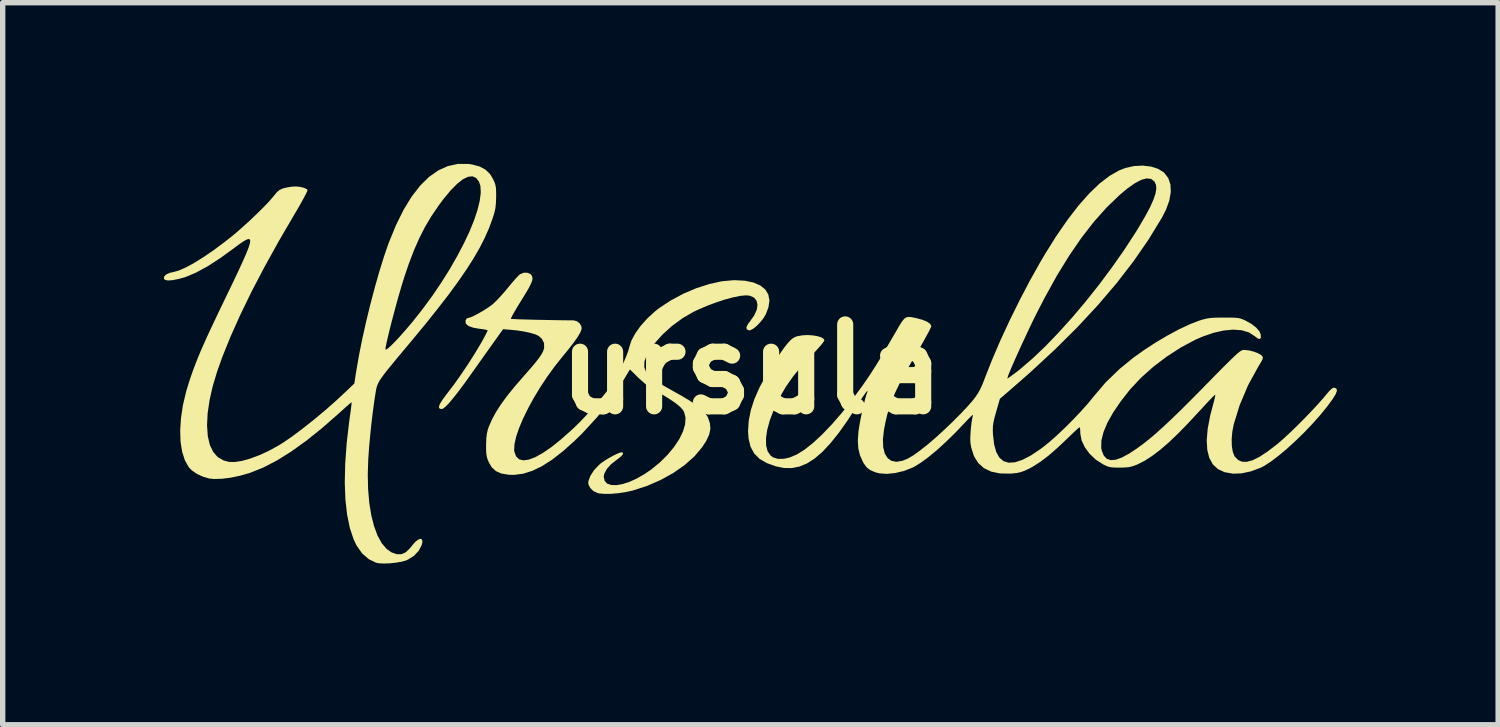
<source format=kicad_pcb>
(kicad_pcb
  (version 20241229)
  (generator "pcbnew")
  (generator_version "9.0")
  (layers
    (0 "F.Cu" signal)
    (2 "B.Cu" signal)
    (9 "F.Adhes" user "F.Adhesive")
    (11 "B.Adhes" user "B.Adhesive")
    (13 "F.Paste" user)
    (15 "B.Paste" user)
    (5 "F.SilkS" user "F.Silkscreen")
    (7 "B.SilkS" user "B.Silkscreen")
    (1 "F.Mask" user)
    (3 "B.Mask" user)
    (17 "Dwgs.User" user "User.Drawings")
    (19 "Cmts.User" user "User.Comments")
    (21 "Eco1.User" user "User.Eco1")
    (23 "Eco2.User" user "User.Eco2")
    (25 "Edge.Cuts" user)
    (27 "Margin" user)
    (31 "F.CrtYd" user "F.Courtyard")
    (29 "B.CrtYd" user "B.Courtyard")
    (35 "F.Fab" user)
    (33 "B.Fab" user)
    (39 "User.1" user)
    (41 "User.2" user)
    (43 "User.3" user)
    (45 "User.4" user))
  (footprint "ursula"
    (layer "F.Cu")
    (at 10.937 3.822)
    (property "Reference" "ursula" (at 0 0 0) (layer "F.SilkS") (effects (font (size 1.524 1.524) (thickness 0.3))))
    (attr board_only exclude_from_pos_files exclude_from_bom)
    (fp_poly (pts (xy -5.27 -3.821) (xy -5.208 -3.812) (xy -5.063 -3.774) (xy -4.952 -3.715) (xy -4.866 -3.631) (xy -4.813 -3.542) (xy -4.784 -3.48) (xy -4.767 -3.427) (xy -4.757 -3.368) (xy -4.754 -3.291) (xy -4.754 -3.207) (xy -4.758 -3.091) (xy -4.768 -2.997) (xy -4.789 -2.905) (xy -4.824 -2.795) (xy -4.824 -2.795) (xy -4.888 -2.622) (xy -4.967 -2.444) (xy -5.061 -2.259) (xy -5.173 -2.065) (xy -5.305 -1.858) (xy -5.458 -1.636) (xy -5.634 -1.395) (xy -5.836 -1.134) (xy -6.064 -0.848) (xy -6.321 -0.537) (xy -6.328 -0.529) (xy -6.475 -0.353) (xy -6.598 -0.206) (xy -6.698 -0.084) (xy -6.779 0.015) (xy -6.842 0.096) (xy -6.89 0.162) (xy -6.925 0.215) (xy -6.95 0.261) (xy -6.967 0.301) (xy -6.979 0.34) (xy -6.988 0.381) (xy -6.996 0.427) (xy -7.022 0.595) (xy -7.049 0.794) (xy -7.075 1.011) (xy -7.098 1.234) (xy -7.118 1.451) (xy -7.132 1.649) (xy -7.133 1.657) (xy -7.143 1.952) (xy -7.137 2.229) (xy -7.115 2.484) (xy -7.078 2.716) (xy -7.026 2.92) (xy -6.961 3.095) (xy -6.883 3.237) (xy -6.793 3.343) (xy -6.7 3.408) (xy -6.601 3.442) (xy -6.515 3.442) (xy -6.435 3.405) (xy -6.356 3.329) (xy -6.32 3.283) (xy -6.258 3.211) (xy -6.203 3.169) (xy -6.16 3.155) (xy -6.132 3.17) (xy -6.126 3.215) (xy -6.139 3.271) (xy -6.195 3.378) (xy -6.284 3.472) (xy -6.397 3.543) (xy -6.431 3.558) (xy -6.513 3.581) (xy -6.618 3.599) (xy -6.731 3.611) (xy -6.84 3.615) (xy -6.932 3.611) (xy -6.985 3.601) (xy -7.126 3.533) (xy -7.248 3.427) (xy -7.349 3.284) (xy -7.405 3.168) (xy -7.476 2.956) (xy -7.527 2.708) (xy -7.559 2.425) (xy -7.571 2.108) (xy -7.563 1.76) (xy -7.536 1.381) (xy -7.489 0.974) (xy -7.464 0.799) (xy -7.453 0.717) (xy -7.446 0.653) (xy -7.444 0.618) (xy -7.445 0.614) (xy -7.463 0.627) (xy -7.506 0.664) (xy -7.57 0.72) (xy -7.647 0.79) (xy -7.689 0.828) (xy -8 1.1) (xy -8.294 1.335) (xy -8.572 1.534) (xy -8.835 1.698) (xy -9.086 1.828) (xy -9.325 1.924) (xy -9.351 1.933) (xy -9.524 1.982) (xy -9.697 2.018) (xy -9.86 2.038) (xy -10.004 2.042) (xy -10.097 2.032) (xy -10.212 1.998) (xy -10.324 1.946) (xy -10.418 1.881) (xy -10.471 1.827) (xy -10.545 1.698) (xy -10.597 1.537) (xy -10.627 1.349) (xy -10.634 1.138) (xy -10.619 0.908) (xy -10.582 0.664) (xy -10.522 0.411) (xy -10.474 0.254) (xy -10.434 0.132) (xy -10.393 0.016) (xy -10.349 -0.101) (xy -10.301 -0.222) (xy -10.247 -0.351) (xy -10.184 -0.494) (xy -10.111 -0.655) (xy -10.025 -0.838) (xy -9.926 -1.047) (xy -9.81 -1.288) (xy -9.752 -1.408) (xy -9.637 -1.647) (xy -9.541 -1.85) (xy -9.463 -2.02) (xy -9.403 -2.157) (xy -9.361 -2.264) (xy -9.337 -2.342) (xy -9.33 -2.393) (xy -9.34 -2.42) (xy -9.368 -2.424) (xy -9.411 -2.407) (xy -9.472 -2.37) (xy -9.548 -2.317) (xy -9.631 -2.255) (xy -9.887 -2.069) (xy -10.122 -1.917) (xy -10.335 -1.801) (xy -10.526 -1.72) (xy -10.647 -1.684) (xy -10.772 -1.659) (xy -10.861 -1.652) (xy -10.916 -1.664) (xy -10.937 -1.686) (xy -10.932 -1.727) (xy -10.893 -1.765) (xy -10.826 -1.795) (xy -10.766 -1.808) (xy -10.663 -1.836) (xy -10.534 -1.892) (xy -10.382 -1.974) (xy -10.211 -2.08) (xy -10.024 -2.207) (xy -9.826 -2.354) (xy -9.709 -2.445) (xy -9.594 -2.539) (xy -9.47 -2.648) (xy -9.342 -2.764) (xy -9.217 -2.883) (xy -9.101 -2.997) (xy -9.001 -3.1) (xy -8.923 -3.188) (xy -8.887 -3.232) (xy -8.836 -3.294) (xy -8.784 -3.337) (xy -8.72 -3.366) (xy -8.633 -3.386) (xy -8.549 -3.399) (xy -8.474 -3.402) (xy -8.395 -3.393) (xy -8.325 -3.375) (xy -8.277 -3.352) (xy -8.264 -3.336) (xy -8.271 -3.311) (xy -8.298 -3.255) (xy -8.341 -3.174) (xy -8.397 -3.073) (xy -8.463 -2.958) (xy -8.505 -2.888) (xy -8.798 -2.386) (xy -9.064 -1.906) (xy -9.303 -1.45) (xy -9.513 -1.018) (xy -9.695 -0.612) (xy -9.848 -0.234) (xy -9.946 0.041) (xy -10.028 0.314) (xy -10.087 0.575) (xy -10.123 0.819) (xy -10.134 1.041) (xy -10.121 1.234) (xy -10.12 1.246) (xy -10.081 1.41) (xy -10.019 1.539) (xy -9.935 1.634) (xy -9.826 1.697) (xy -9.725 1.724) (xy -9.617 1.726) (xy -9.482 1.705) (xy -9.327 1.661) (xy -9.159 1.598) (xy -8.985 1.518) (xy -8.811 1.423) (xy -8.719 1.366) (xy -8.547 1.248) (xy -8.355 1.104) (xy -8.15 0.942) (xy -7.941 0.768) (xy -7.735 0.587) (xy -7.544 0.409) (xy -7.393 0.265) (xy -7.357 0.032) (xy -7.307 -0.254) (xy -7.284 -0.371) (xy -6.815 -0.371) (xy -6.802 -0.366) (xy -6.765 -0.39) (xy -6.708 -0.441) (xy -6.635 -0.515) (xy -6.547 -0.609) (xy -6.449 -0.72) (xy -6.343 -0.844) (xy -6.301 -0.894) (xy -6.113 -1.133) (xy -5.934 -1.377) (xy -5.768 -1.623) (xy -5.615 -1.867) (xy -5.477 -2.108) (xy -5.355 -2.341) (xy -5.25 -2.563) (xy -5.165 -2.772) (xy -5.101 -2.964) (xy -5.059 -3.136) (xy -5.04 -3.286) (xy -5.046 -3.409) (xy -5.073 -3.492) (xy -5.127 -3.561) (xy -5.195 -3.591) (xy -5.278 -3.582) (xy -5.374 -3.535) (xy -5.482 -3.449) (xy -5.603 -3.326) (xy -5.736 -3.166) (xy -5.828 -3.041) (xy -5.96 -2.847) (xy -6.077 -2.65) (xy -6.183 -2.442) (xy -6.283 -2.215) (xy -6.38 -1.96) (xy -6.459 -1.729) (xy -6.494 -1.617) (xy -6.534 -1.483) (xy -6.577 -1.336) (xy -6.62 -1.18) (xy -6.662 -1.022) (xy -6.703 -0.868) (xy -6.739 -0.724) (xy -6.77 -0.596) (xy -6.794 -0.49) (xy -6.81 -0.413) (xy -6.815 -0.371) (xy -7.284 -0.371) (xy -7.246 -0.561) (xy -7.175 -0.879) (xy -7.097 -1.2) (xy -7.014 -1.515) (xy -6.929 -1.815) (xy -6.843 -2.092) (xy -6.759 -2.336) (xy -6.75 -2.36) (xy -6.617 -2.684) (xy -6.476 -2.968) (xy -6.327 -3.212) (xy -6.169 -3.416) (xy -6.004 -3.579) (xy -5.831 -3.701) (xy -5.651 -3.782) (xy -5.464 -3.822)) (stroke (width 0) (type solid)) (fill yes) (layer "F.SilkS"))
    (fp_poly (pts (xy -4.115 -1.771) (xy -4.096 -1.75) (xy -4.081 -1.719) (xy -4.077 -1.684) (xy -4.087 -1.64) (xy -4.111 -1.581) (xy -4.152 -1.502) (xy -4.213 -1.399) (xy -4.295 -1.265) (xy -4.303 -1.253) (xy -4.365 -1.152) (xy -4.416 -1.065) (xy -4.455 -0.996) (xy -4.477 -0.952) (xy -4.481 -0.939) (xy -4.458 -0.936) (xy -4.398 -0.933) (xy -4.307 -0.929) (xy -4.191 -0.926) (xy -4.055 -0.922) (xy -3.905 -0.919) (xy -3.746 -0.916) (xy -3.584 -0.913) (xy -3.425 -0.911) (xy -3.317 -0.911) (xy -3.251 -0.894) (xy -3.197 -0.851) (xy -3.166 -0.795) (xy -3.164 -0.745) (xy -3.189 -0.682) (xy -3.239 -0.598) (xy -3.315 -0.49) (xy -3.42 -0.356) (xy -3.513 -0.243) (xy -3.66 -0.059) (xy -3.801 0.135) (xy -3.933 0.334) (xy -4.054 0.534) (xy -4.161 0.731) (xy -4.253 0.919) (xy -4.327 1.094) (xy -4.381 1.253) (xy -4.412 1.39) (xy -4.419 1.501) (xy -4.415 1.533) (xy -4.383 1.621) (xy -4.327 1.675) (xy -4.249 1.695) (xy -4.148 1.682) (xy -4.027 1.637) (xy -3.886 1.558) (xy -3.725 1.448) (xy -3.547 1.305) (xy -3.351 1.132) (xy -3.305 1.089) (xy -3.188 0.974) (xy -3.062 0.841) (xy -2.935 0.7) (xy -2.813 0.558) (xy -2.704 0.424) (xy -2.616 0.308) (xy -2.59 0.269) (xy -2.538 0.184) (xy -2.481 0.078) (xy -2.423 -0.039) (xy -2.368 -0.157) (xy -2.323 -0.266) (xy -2.291 -0.356) (xy -2.278 -0.405) (xy -2.238 -0.532) (xy -2.164 -0.669) (xy -2.062 -0.811) (xy -1.937 -0.95) (xy -1.793 -1.081) (xy -1.718 -1.14) (xy -1.502 -1.282) (xy -1.27 -1.406) (xy -1.028 -1.509) (xy -0.785 -1.587) (xy -0.551 -1.638) (xy -0.332 -1.658) (xy -0.318 -1.658) (xy -0.126 -1.648) (xy 0.034 -1.615) (xy 0.161 -1.56) (xy 0.254 -1.486) (xy 0.311 -1.392) (xy 0.332 -1.281) (xy 0.314 -1.154) (xy 0.265 -1.025) (xy 0.219 -0.948) (xy 0.158 -0.872) (xy 0.092 -0.804) (xy 0.028 -0.753) (xy -0.026 -0.726) (xy -0.048 -0.724) (xy -0.09 -0.743) (xy -0.096 -0.783) (xy -0.066 -0.844) (xy -0.03 -0.891) (xy 0.049 -1.003) (xy 0.096 -1.107) (xy 0.11 -1.2) (xy 0.092 -1.277) (xy 0.044 -1.335) (xy -0.034 -1.369) (xy -0.106 -1.376) (xy -0.21 -1.366) (xy -0.343 -1.339) (xy -0.496 -1.298) (xy -0.66 -1.244) (xy -0.828 -1.181) (xy -0.99 -1.112) (xy -1.084 -1.067) (xy -1.284 -0.951) (xy -1.479 -0.808) (xy -1.657 -0.647) (xy -1.81 -0.477) (xy -1.882 -0.379) (xy -1.956 -0.251) (xy -1.995 -0.14) (xy -1.997 -0.041) (xy -1.964 0.049) (xy -1.895 0.136) (xy -1.854 0.168) (xy -1.783 0.216) (xy -1.69 0.274) (xy -1.582 0.337) (xy -1.49 0.389) (xy -1.304 0.493) (xy -1.154 0.583) (xy -1.035 0.662) (xy -0.944 0.734) (xy -0.877 0.8) (xy -0.83 0.864) (xy -0.812 0.898) (xy -0.775 1.006) (xy -0.767 1.11) (xy -0.79 1.218) (xy -0.845 1.335) (xy -0.92 1.45) (xy -1.064 1.621) (xy -1.244 1.781) (xy -1.455 1.929) (xy -1.69 2.059) (xy -1.944 2.17) (xy -2.21 2.256) (xy -2.339 2.285) (xy -2.478 2.306) (xy -2.614 2.318) (xy -2.736 2.319) (xy -2.834 2.311) (xy -2.863 2.304) (xy -2.943 2.267) (xy -3.003 2.209) (xy -3.037 2.142) (xy -3.039 2.088) (xy -3.001 1.985) (xy -2.933 1.879) (xy -2.841 1.781) (xy -2.809 1.753) (xy -2.74 1.704) (xy -2.658 1.654) (xy -2.573 1.607) (xy -2.497 1.57) (xy -2.438 1.548) (xy -2.418 1.545) (xy -2.392 1.556) (xy -2.397 1.584) (xy -2.433 1.625) (xy -2.494 1.674) (xy -2.511 1.685) (xy -2.616 1.768) (xy -2.694 1.855) (xy -2.741 1.942) (xy -2.752 2.002) (xy -2.735 2.076) (xy -2.689 2.127) (xy -2.615 2.153) (xy -2.52 2.157) (xy -2.406 2.138) (xy -2.278 2.097) (xy -2.14 2.035) (xy -1.995 1.952) (xy -1.869 1.866) (xy -1.705 1.732) (xy -1.562 1.59) (xy -1.442 1.445) (xy -1.346 1.3) (xy -1.277 1.159) (xy -1.238 1.026) (xy -1.229 0.905) (xy -1.254 0.8) (xy -1.276 0.76) (xy -1.331 0.699) (xy -1.42 0.626) (xy -1.541 0.544) (xy -1.688 0.455) (xy -1.782 0.402) (xy -1.977 0.274) (xy -2.111 0.155) (xy -2.264 0.003) (xy -2.401 0.229) (xy -2.627 0.573) (xy -2.874 0.891) (xy -3.151 1.192) (xy -3.291 1.329) (xy -3.508 1.523) (xy -3.71 1.681) (xy -3.899 1.802) (xy -4.078 1.889) (xy -4.249 1.943) (xy -4.415 1.965) (xy -4.52 1.963) (xy -4.654 1.941) (xy -4.757 1.896) (xy -4.835 1.824) (xy -4.886 1.74) (xy -4.913 1.678) (xy -4.929 1.621) (xy -4.938 1.558) (xy -4.941 1.474) (xy -4.941 1.408) (xy -4.937 1.29) (xy -4.927 1.2) (xy -4.909 1.122) (xy -4.89 1.069) (xy -4.832 0.936) (xy -4.759 0.8) (xy -4.667 0.657) (xy -4.553 0.5) (xy -4.413 0.327) (xy -4.244 0.132) (xy -4.224 0.109) (xy -4.109 -0.022) (xy -4.02 -0.128) (xy -3.954 -0.213) (xy -3.908 -0.281) (xy -3.879 -0.338) (xy -3.862 -0.387) (xy -3.861 -0.397) (xy -3.862 -0.488) (xy -3.904 -0.567) (xy -3.958 -0.617) (xy -4.017 -0.647) (xy -4.11 -0.675) (xy -4.226 -0.701) (xy -4.358 -0.722) (xy -4.466 -0.733) (xy -4.625 -0.746) (xy -4.797 -0.505) (xy -4.871 -0.401) (xy -4.961 -0.275) (xy -5.056 -0.141) (xy -5.148 -0.011) (xy -5.186 0.042) (xy -5.328 0.242) (xy -5.45 0.406) (xy -5.552 0.536) (xy -5.634 0.633) (xy -5.699 0.699) (xy -5.746 0.734) (xy -5.769 0.741) (xy -5.808 0.731) (xy -5.82 0.702) (xy -5.803 0.65) (xy -5.757 0.574) (xy -5.682 0.471) (xy -5.661 0.445) (xy -5.536 0.281) (xy -5.403 0.092) (xy -5.269 -0.107) (xy -5.144 -0.304) (xy -5.037 -0.484) (xy -5.029 -0.497) (xy -4.982 -0.582) (xy -4.944 -0.654) (xy -4.919 -0.703) (xy -4.911 -0.723) (xy -4.93 -0.732) (xy -4.981 -0.743) (xy -5.052 -0.752) (xy -5.054 -0.752) (xy -5.178 -0.773) (xy -5.266 -0.804) (xy -5.314 -0.845) (xy -5.32 -0.856) (xy -5.324 -0.904) (xy -5.306 -0.941) (xy -5.281 -0.953) (xy -5.237 -0.964) (xy -5.167 -0.995) (xy -5.082 -1.039) (xy -4.991 -1.092) (xy -4.904 -1.148) (xy -4.83 -1.201) (xy -4.795 -1.231) (xy -4.733 -1.292) (xy -4.655 -1.376) (xy -4.575 -1.468) (xy -4.519 -1.536) (xy -4.452 -1.617) (xy -4.39 -1.688) (xy -4.341 -1.74) (xy -4.313 -1.767) (xy -4.244 -1.796) (xy -4.174 -1.797)) (stroke (width 0) (type solid)) (fill yes) (layer "F.SilkS"))
    (fp_poly (pts (xy 7.43 -3.773) (xy 7.563 -3.731) (xy 7.67 -3.665) (xy 7.68 -3.655) (xy 7.754 -3.558) (xy 7.795 -3.438) (xy 7.801 -3.299) (xy 7.775 -3.144) (xy 7.714 -2.974) (xy 7.637 -2.823) (xy 7.389 -2.417) (xy 7.109 -2.012) (xy 6.796 -1.606) (xy 6.448 -1.198) (xy 6.065 -0.785) (xy 5.644 -0.367) (xy 5.185 0.058) (xy 4.834 0.366) (xy 4.621 0.549) (xy 4.551 0.793) (xy 4.52 0.904) (xy 4.501 0.989) (xy 4.491 1.06) (xy 4.489 1.131) (xy 4.492 1.217) (xy 4.493 1.222) (xy 4.514 1.4) (xy 4.553 1.54) (xy 4.611 1.644) (xy 4.689 1.71) (xy 4.785 1.739) (xy 4.902 1.731) (xy 5.039 1.686) (xy 5.196 1.605) (xy 5.374 1.486) (xy 5.426 1.447) (xy 5.547 1.35) (xy 5.685 1.227) (xy 5.833 1.087) (xy 5.982 0.938) (xy 6.124 0.788) (xy 6.252 0.646) (xy 6.355 0.52) (xy 6.365 0.508) (xy 6.59 0.243) (xy 6.854 -0.011) (xy 7.107 -0.217) (xy 7.31 -0.361) (xy 7.523 -0.5) (xy 7.739 -0.628) (xy 7.95 -0.741) (xy 8.147 -0.834) (xy 8.321 -0.902) (xy 8.327 -0.904) (xy 8.404 -0.928) (xy 8.472 -0.944) (xy 8.542 -0.955) (xy 8.628 -0.96) (xy 8.74 -0.962) (xy 8.784 -0.962) (xy 8.902 -0.962) (xy 8.988 -0.96) (xy 9.051 -0.954) (xy 9.101 -0.943) (xy 9.147 -0.926) (xy 9.187 -0.908) (xy 9.301 -0.845) (xy 9.391 -0.775) (xy 9.451 -0.704) (xy 9.473 -0.653) (xy 9.478 -0.591) (xy 9.461 -0.564) (xy 9.421 -0.572) (xy 9.362 -0.617) (xy 9.36 -0.618) (xy 9.253 -0.687) (xy 9.119 -0.726) (xy 8.962 -0.738) (xy 8.785 -0.721) (xy 8.591 -0.677) (xy 8.385 -0.605) (xy 8.255 -0.548) (xy 7.989 -0.406) (xy 7.726 -0.236) (xy 7.475 -0.046) (xy 7.248 0.157) (xy 7.052 0.366) (xy 7.041 0.378) (xy 6.869 0.598) (xy 6.729 0.804) (xy 6.622 0.994) (xy 6.549 1.168) (xy 6.51 1.323) (xy 6.506 1.459) (xy 6.517 1.515) (xy 6.554 1.607) (xy 6.61 1.666) (xy 6.684 1.691) (xy 6.778 1.683) (xy 6.894 1.641) (xy 7.032 1.566) (xy 7.172 1.473) (xy 7.281 1.393) (xy 7.396 1.303) (xy 7.519 1.199) (xy 7.653 1.078) (xy 7.803 0.938) (xy 7.97 0.777) (xy 8.158 0.59) (xy 8.37 0.376) (xy 8.445 0.299) (xy 8.601 0.14) (xy 8.73 0.009) (xy 8.836 -0.097) (xy 8.92 -0.18) (xy 8.987 -0.244) (xy 9.038 -0.291) (xy 9.078 -0.323) (xy 9.108 -0.344) (xy 9.132 -0.355) (xy 9.152 -0.359) (xy 9.167 -0.36) (xy 9.251 -0.352) (xy 9.341 -0.33) (xy 9.423 -0.299) (xy 9.482 -0.265) (xy 9.492 -0.255) (xy 9.51 -0.233) (xy 9.515 -0.21) (xy 9.505 -0.179) (xy 9.477 -0.128) (xy 9.435 -0.059) (xy 9.24 0.296) (xy 9.083 0.667) (xy 8.973 1.023) (xy 8.946 1.161) (xy 8.934 1.3) (xy 8.937 1.429) (xy 8.955 1.538) (xy 8.987 1.618) (xy 8.992 1.624) (xy 9.054 1.688) (xy 9.129 1.721) (xy 9.219 1.722) (xy 9.327 1.692) (xy 9.453 1.629) (xy 9.599 1.533) (xy 9.769 1.403) (xy 9.801 1.377) (xy 9.903 1.288) (xy 10.025 1.175) (xy 10.158 1.046) (xy 10.294 0.909) (xy 10.426 0.772) (xy 10.545 0.644) (xy 10.644 0.531) (xy 10.677 0.491) (xy 10.743 0.413) (xy 10.792 0.365) (xy 10.828 0.344) (xy 10.846 0.343) (xy 10.884 0.36) (xy 10.893 0.399) (xy 10.871 0.461) (xy 10.817 0.549) (xy 10.816 0.551) (xy 10.706 0.7) (xy 10.576 0.859) (xy 10.431 1.022) (xy 10.276 1.184) (xy 10.116 1.339) (xy 9.957 1.484) (xy 9.803 1.612) (xy 9.661 1.72) (xy 9.536 1.8) (xy 9.472 1.833) (xy 9.295 1.899) (xy 9.119 1.937) (xy 8.955 1.943) (xy 8.954 1.942) (xy 8.802 1.915) (xy 8.679 1.858) (xy 8.584 1.77) (xy 8.518 1.65) (xy 8.48 1.501) (xy 8.47 1.319) (xy 8.488 1.107) (xy 8.534 0.863) (xy 8.585 0.67) (xy 8.607 0.587) (xy 8.623 0.52) (xy 8.63 0.48) (xy 8.629 0.473) (xy 8.613 0.485) (xy 8.572 0.524) (xy 8.513 0.585) (xy 8.439 0.664) (xy 8.355 0.756) (xy 8.345 0.766) (xy 8.131 0.997) (xy 7.938 1.195) (xy 7.763 1.362) (xy 7.603 1.5) (xy 7.455 1.612) (xy 7.318 1.701) (xy 7.188 1.767) (xy 7.166 1.777) (xy 7.089 1.805) (xy 7.016 1.822) (xy 6.93 1.829) (xy 6.847 1.83) (xy 6.75 1.829) (xy 6.68 1.822) (xy 6.623 1.808) (xy 6.565 1.782) (xy 6.544 1.771) (xy 6.407 1.683) (xy 6.291 1.574) (xy 6.201 1.451) (xy 6.141 1.323) (xy 6.117 1.195) (xy 6.117 1.182) (xy 6.115 1.123) (xy 6.108 1.086) (xy 6.103 1.079) (xy 6.083 1.094) (xy 6.04 1.132) (xy 5.978 1.19) (xy 5.905 1.26) (xy 5.886 1.279) (xy 5.697 1.458) (xy 5.528 1.605) (xy 5.376 1.721) (xy 5.237 1.81) (xy 5.173 1.845) (xy 5.079 1.889) (xy 5.003 1.916) (xy 4.926 1.932) (xy 4.831 1.941) (xy 4.818 1.942) (xy 4.625 1.939) (xy 4.46 1.905) (xy 4.324 1.84) (xy 4.217 1.744) (xy 4.138 1.616) (xy 4.087 1.457) (xy 4.072 1.364) (xy 4.069 1.296) (xy 4.073 1.202) (xy 4.081 1.097) (xy 4.093 0.993) (xy 4.107 0.906) (xy 4.121 0.851) (xy 4.113 0.851) (xy 4.082 0.878) (xy 4.032 0.927) (xy 3.969 0.994) (xy 3.968 0.995) (xy 3.791 1.181) (xy 3.616 1.352) (xy 3.448 1.505) (xy 3.291 1.635) (xy 3.149 1.739) (xy 3.027 1.814) (xy 2.997 1.829) (xy 2.836 1.892) (xy 2.672 1.931) (xy 2.515 1.947) (xy 2.374 1.936) (xy 2.302 1.917) (xy 2.208 1.876) (xy 2.142 1.826) (xy 2.088 1.753) (xy 2.071 1.722) (xy 2.016 1.599) (xy 1.986 1.471) (xy 1.977 1.327) (xy 1.989 1.157) (xy 2.004 1.058) (xy 2.025 0.939) (xy 2.052 0.81) (xy 2.081 0.683) (xy 2.109 0.568) (xy 2.135 0.477) (xy 2.15 0.436) (xy 2.16 0.403) (xy 2.15 0.405) (xy 2.121 0.439) (xy 2.075 0.505) (xy 2.013 0.599) (xy 1.968 0.671) (xy 1.791 0.945) (xy 1.626 1.179) (xy 1.469 1.375) (xy 1.319 1.536) (xy 1.174 1.661) (xy 1.032 1.752) (xy 0.89 1.811) (xy 0.747 1.839) (xy 0.601 1.837) (xy 0.449 1.806) (xy 0.289 1.748) (xy 0.283 1.745) (xy 0.149 1.668) (xy 0.048 1.567) (xy -0.02 1.44) (xy -0.057 1.286) (xy -0.066 1.148) (xy -0.053 0.955) (xy -0.014 0.759) (xy 0.052 0.555) (xy 0.147 0.339) (xy 0.273 0.106) (xy 0.431 -0.147) (xy 0.443 -0.164) (xy 0.536 -0.302) (xy 0.611 -0.408) (xy 0.673 -0.486) (xy 0.725 -0.542) (xy 0.772 -0.58) (xy 0.818 -0.604) (xy 0.848 -0.614) (xy 0.938 -0.631) (xy 1.036 -0.637) (xy 1.135 -0.631) (xy 1.225 -0.616) (xy 1.297 -0.594) (xy 1.343 -0.564) (xy 1.355 -0.538) (xy 1.34 -0.512) (xy 1.301 -0.461) (xy 1.242 -0.393) (xy 1.168 -0.312) (xy 1.114 -0.257) (xy 0.926 -0.054) (xy 0.77 0.137) (xy 0.638 0.325) (xy 0.525 0.519) (xy 0.509 0.551) (xy 0.412 0.758) (xy 0.339 0.95) (xy 0.291 1.126) (xy 0.268 1.283) (xy 0.27 1.416) (xy 0.298 1.525) (xy 0.352 1.604) (xy 0.401 1.64) (xy 0.492 1.668) (xy 0.603 1.666) (xy 0.714 1.64) (xy 0.843 1.585) (xy 0.988 1.494) (xy 1.146 1.369) (xy 1.316 1.211) (xy 1.495 1.024) (xy 1.681 0.809) (xy 1.872 0.567) (xy 2.065 0.303) (xy 2.084 0.275) (xy 2.144 0.189) (xy 2.199 0.108) (xy 2.253 0.024) (xy 2.31 -0.065) (xy 2.373 -0.167) (xy 2.444 -0.287) (xy 2.528 -0.43) (xy 2.628 -0.601) (xy 2.688 -0.704) (xy 2.751 -0.813) (xy 2.8 -0.89) (xy 2.84 -0.94) (xy 2.879 -0.966) (xy 2.924 -0.975) (xy 2.982 -0.969) (xy 3.059 -0.953) (xy 3.073 -0.95) (xy 3.182 -0.92) (xy 3.268 -0.884) (xy 3.324 -0.844) (xy 3.344 -0.804) (xy 3.344 -0.803) (xy 3.334 -0.774) (xy 3.305 -0.714) (xy 3.259 -0.629) (xy 3.201 -0.523) (xy 3.133 -0.404) (xy 3.079 -0.312) (xy 2.947 -0.086) (xy 2.836 0.111) (xy 2.745 0.284) (xy 2.67 0.439) (xy 2.61 0.582) (xy 2.561 0.719) (xy 2.521 0.855) (xy 2.489 0.996) (xy 2.463 1.13) (xy 2.444 1.305) (xy 2.449 1.452) (xy 2.479 1.569) (xy 2.531 1.653) (xy 2.604 1.705) (xy 2.697 1.722) (xy 2.81 1.702) (xy 2.91 1.661) (xy 3.01 1.602) (xy 3.132 1.514) (xy 3.273 1.403) (xy 3.426 1.272) (xy 3.586 1.126) (xy 3.75 0.969) (xy 3.777 0.941) (xy 3.909 0.808) (xy 4.014 0.697) (xy 4.097 0.603) (xy 4.163 0.52) (xy 4.215 0.442) (xy 4.259 0.362) (xy 4.298 0.275) (xy 4.337 0.176) (xy 4.758 0.176) (xy 4.829 0.126) (xy 4.885 0.085) (xy 4.956 0.031) (xy 5.006 -0.009) (xy 5.23 -0.202) (xy 5.468 -0.428) (xy 5.713 -0.683) (xy 5.964 -0.961) (xy 6.214 -1.257) (xy 6.46 -1.566) (xy 6.697 -1.883) (xy 6.921 -2.202) (xy 7.128 -2.518) (xy 7.208 -2.647) (xy 7.323 -2.844) (xy 7.413 -3.011) (xy 7.476 -3.151) (xy 7.516 -3.266) (xy 7.532 -3.36) (xy 7.525 -3.435) (xy 7.496 -3.494) (xy 7.494 -3.498) (xy 7.433 -3.543) (xy 7.351 -3.552) (xy 7.249 -3.524) (xy 7.127 -3.459) (xy 6.985 -3.358) (xy 6.847 -3.242) (xy 6.606 -3.01) (xy 6.37 -2.745) (xy 6.138 -2.446) (xy 5.908 -2.111) (xy 5.679 -1.738) (xy 5.451 -1.326) (xy 5.297 -1.027) (xy 5.236 -0.903) (xy 5.169 -0.764) (xy 5.1 -0.616) (xy 5.03 -0.466) (xy 4.963 -0.319) (xy 4.902 -0.183) (xy 4.849 -0.062) (xy 4.808 0.035) (xy 4.78 0.104) (xy 4.773 0.125) (xy 4.758 0.176) (xy 4.337 0.176) (xy 4.337 0.174) (xy 4.339 0.169) (xy 4.473 -0.171) (xy 4.628 -0.533) (xy 4.801 -0.906) (xy 4.986 -1.281) (xy 5.177 -1.646) (xy 5.37 -1.99) (xy 5.457 -2.138) (xy 5.671 -2.48) (xy 5.881 -2.783) (xy 6.084 -3.047) (xy 6.282 -3.27) (xy 6.473 -3.454) (xy 6.658 -3.597) (xy 6.836 -3.699) (xy 6.956 -3.746) (xy 7.119 -3.782) (xy 7.279 -3.79)) (stroke (width 0) (type solid)) (fill yes) (layer "F.SilkS")))
  (gr_rect
    (start -3 -3)
    (end 24.83 10.437)
    (stroke (width 0.1) (type default))
    (fill no)
    (layer "Edge.Cuts")))
</source>
